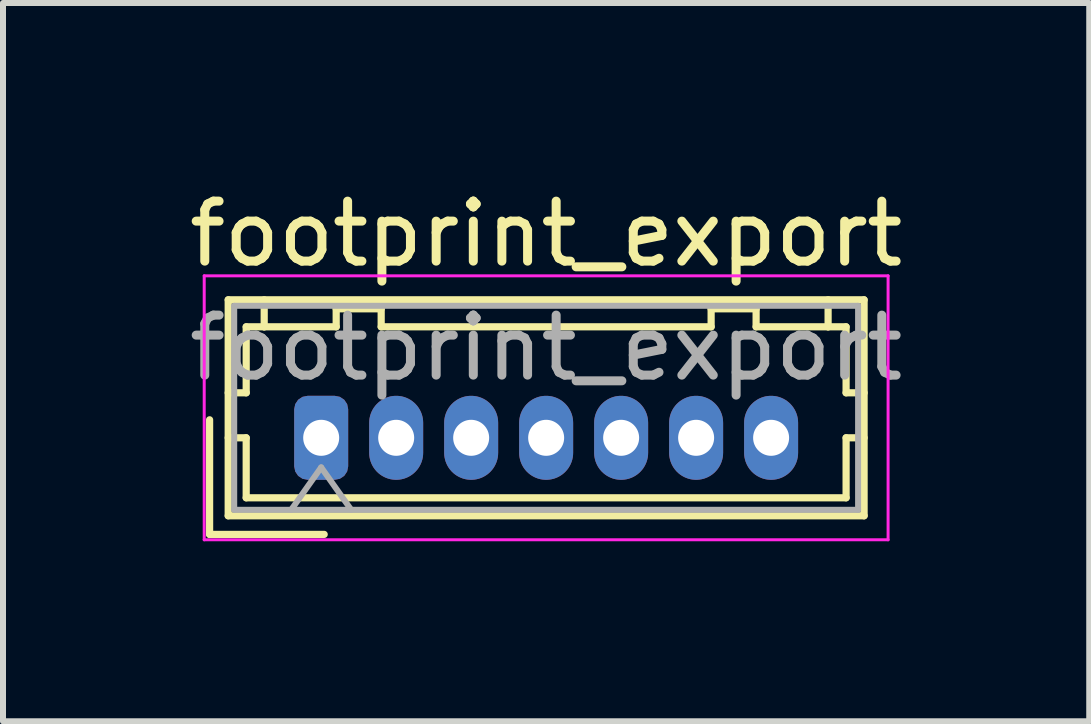
<source format=kicad_pcb>
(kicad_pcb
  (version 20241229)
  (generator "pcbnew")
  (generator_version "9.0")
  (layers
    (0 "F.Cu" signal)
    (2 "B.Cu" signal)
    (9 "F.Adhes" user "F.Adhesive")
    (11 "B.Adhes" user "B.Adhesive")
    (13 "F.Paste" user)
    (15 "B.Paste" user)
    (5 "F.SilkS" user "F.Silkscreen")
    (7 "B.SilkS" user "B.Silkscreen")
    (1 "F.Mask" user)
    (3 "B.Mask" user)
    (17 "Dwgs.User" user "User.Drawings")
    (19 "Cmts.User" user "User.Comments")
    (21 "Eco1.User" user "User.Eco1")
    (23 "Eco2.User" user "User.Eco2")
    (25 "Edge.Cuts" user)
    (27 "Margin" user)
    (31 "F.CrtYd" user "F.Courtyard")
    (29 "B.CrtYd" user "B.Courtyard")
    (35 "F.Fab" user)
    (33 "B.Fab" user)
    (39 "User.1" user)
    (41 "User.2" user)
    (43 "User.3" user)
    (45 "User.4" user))
  (footprint "footprint_export"
    (layer "F.Cu")
    (at 2.304 4.248)
    (property "Reference" "footprint_export" (at 3.75 -3.4 0) (layer "F.SilkS") (effects (font (size 1 1) (thickness 0.15))))
    (attr through_hole)
    (fp_line (start -1.86 -0.3) (end -1.86 1.61) (stroke (width 0.12) (type solid)) (layer "F.SilkS"))
    (fp_line (start -1.86 1.61) (end 0.05 1.61) (stroke (width 0.12) (type solid)) (layer "F.SilkS"))
    (fp_line (start -1.55 -2.3) (end -1.55 1.3) (stroke (width 0.12) (type solid)) (layer "F.SilkS"))
    (fp_line (start -1.55 -0.75) (end -1.25 -0.75) (stroke (width 0.12) (type solid)) (layer "F.SilkS"))
    (fp_line (start -1.55 0) (end -1.25 0) (stroke (width 0.12) (type solid)) (layer "F.SilkS"))
    (fp_line (start -1.55 1.3) (end 9.05 1.3) (stroke (width 0.12) (type solid)) (layer "F.SilkS"))
    (fp_line (start -1.25 -1.85) (end -0.95 -1.85) (stroke (width 0.12) (type solid)) (layer "F.SilkS"))
    (fp_line (start -1.25 -0.75) (end -1.25 -1.85) (stroke (width 0.12) (type solid)) (layer "F.SilkS"))
    (fp_line (start -1.25 0) (end -1.25 1) (stroke (width 0.12) (type solid)) (layer "F.SilkS"))
    (fp_line (start -1.25 1) (end 8.75 1) (stroke (width 0.12) (type solid)) (layer "F.SilkS"))
    (fp_line (start -0.95 -1.85) (end -0.95 -2.3) (stroke (width 0.12) (type solid)) (layer "F.SilkS"))
    (fp_line (start -0.95 -1.85) (end 0.25 -1.85) (stroke (width 0.12) (type solid)) (layer "F.SilkS"))
    (fp_line (start 0.25 -2.15) (end 1 -2.15) (stroke (width 0.12) (type solid)) (layer "F.SilkS"))
    (fp_line (start 0.25 -1.85) (end 0.25 -2.15) (stroke (width 0.12) (type solid)) (layer "F.SilkS"))
    (fp_line (start 1 -2.15) (end 1 -1.85) (stroke (width 0.12) (type solid)) (layer "F.SilkS"))
    (fp_line (start 1 -1.85) (end 6.5 -1.85) (stroke (width 0.12) (type solid)) (layer "F.SilkS"))
    (fp_line (start 6.5 -2.15) (end 7.25 -2.15) (stroke (width 0.12) (type solid)) (layer "F.SilkS"))
    (fp_line (start 6.5 -1.85) (end 6.5 -2.15) (stroke (width 0.12) (type solid)) (layer "F.SilkS"))
    (fp_line (start 7.25 -2.15) (end 7.25 -1.85) (stroke (width 0.12) (type solid)) (layer "F.SilkS"))
    (fp_line (start 7.25 -1.85) (end 8.45 -1.85) (stroke (width 0.12) (type solid)) (layer "F.SilkS"))
    (fp_line (start 8.45 -1.85) (end 8.45 -2.3) (stroke (width 0.12) (type solid)) (layer "F.SilkS"))
    (fp_line (start 8.75 -1.85) (end 8.45 -1.85) (stroke (width 0.12) (type solid)) (layer "F.SilkS"))
    (fp_line (start 8.75 -0.75) (end 8.75 -1.85) (stroke (width 0.12) (type solid)) (layer "F.SilkS"))
    (fp_line (start 8.75 0) (end 9.05 0) (stroke (width 0.12) (type solid)) (layer "F.SilkS"))
    (fp_line (start 8.75 1) (end 8.75 0) (stroke (width 0.12) (type solid)) (layer "F.SilkS"))
    (fp_line (start 9.05 -2.3) (end -1.55 -2.3) (stroke (width 0.12) (type solid)) (layer "F.SilkS"))
    (fp_line (start 9.05 -0.75) (end 8.75 -0.75) (stroke (width 0.12) (type solid)) (layer "F.SilkS"))
    (fp_line (start 9.05 1.3) (end 9.05 -2.3) (stroke (width 0.12) (type solid)) (layer "F.SilkS"))
    (fp_line (start -1.95 -2.7) (end -1.95 1.7) (stroke (width 0.05) (type solid)) (layer "F.CrtYd"))
    (fp_line (start -1.95 1.7) (end 9.45 1.7) (stroke (width 0.05) (type solid)) (layer "F.CrtYd"))
    (fp_line (start 9.45 -2.7) (end -1.95 -2.7) (stroke (width 0.05) (type solid)) (layer "F.CrtYd"))
    (fp_line (start 9.45 1.7) (end 9.45 -2.7) (stroke (width 0.05) (type solid)) (layer "F.CrtYd"))
    (fp_line (start -1.45 -2.2) (end -1.45 1.2) (stroke (width 0.1) (type solid)) (layer "F.Fab"))
    (fp_line (start -1.45 1.2) (end 8.95 1.2) (stroke (width 0.1) (type solid)) (layer "F.Fab"))
    (fp_line (start -0.5 1.2) (end 0 0.493) (stroke (width 0.1) (type solid)) (layer "F.Fab"))
    (fp_line (start 0 0.493) (end 0.5 1.2) (stroke (width 0.1) (type solid)) (layer "F.Fab"))
    (fp_line (start 8.95 -2.2) (end -1.45 -2.2) (stroke (width 0.1) (type solid)) (layer "F.Fab"))
    (fp_line (start 8.95 1.2) (end 8.95 -2.2) (stroke (width 0.1) (type solid)) (layer "F.Fab"))
    (fp_text user "${REFERENCE}" (at 3.75 -1.5 0) (layer "F.Fab") (effects (font (size 1 1) (thickness 0.15))))
    (pad "1" thru_hole roundrect (at 0 0) (size 0.9 1.4) (drill 0.6) (layers "*.Cu" "*.Mask") (roundrect_rratio 0.25))
    (pad "2" thru_hole oval (at 1.25 0) (size 0.9 1.4) (drill 0.6) (layers "*.Cu" "*.Mask"))
    (pad "3" thru_hole oval (at 2.5 0) (size 0.9 1.4) (drill 0.6) (layers "*.Cu" "*.Mask"))
    (pad "4" thru_hole oval (at 3.75 0) (size 0.9 1.4) (drill 0.6) (layers "*.Cu" "*.Mask"))
    (pad "5" thru_hole oval (at 5 0) (size 0.9 1.4) (drill 0.6) (layers "*.Cu" "*.Mask"))
    (pad "6" thru_hole oval (at 6.25 0) (size 0.9 1.4) (drill 0.6) (layers "*.Cu" "*.Mask"))
    (pad "7" thru_hole oval (at 7.5 0) (size 0.9 1.4) (drill 0.6) (layers "*.Cu" "*.Mask")))
  (gr_rect
    (start -3 -3)
    (end 15.107 8.973)
    (stroke (width 0.1) (type default))
    (fill no)
    (layer "Edge.Cuts")))
</source>
